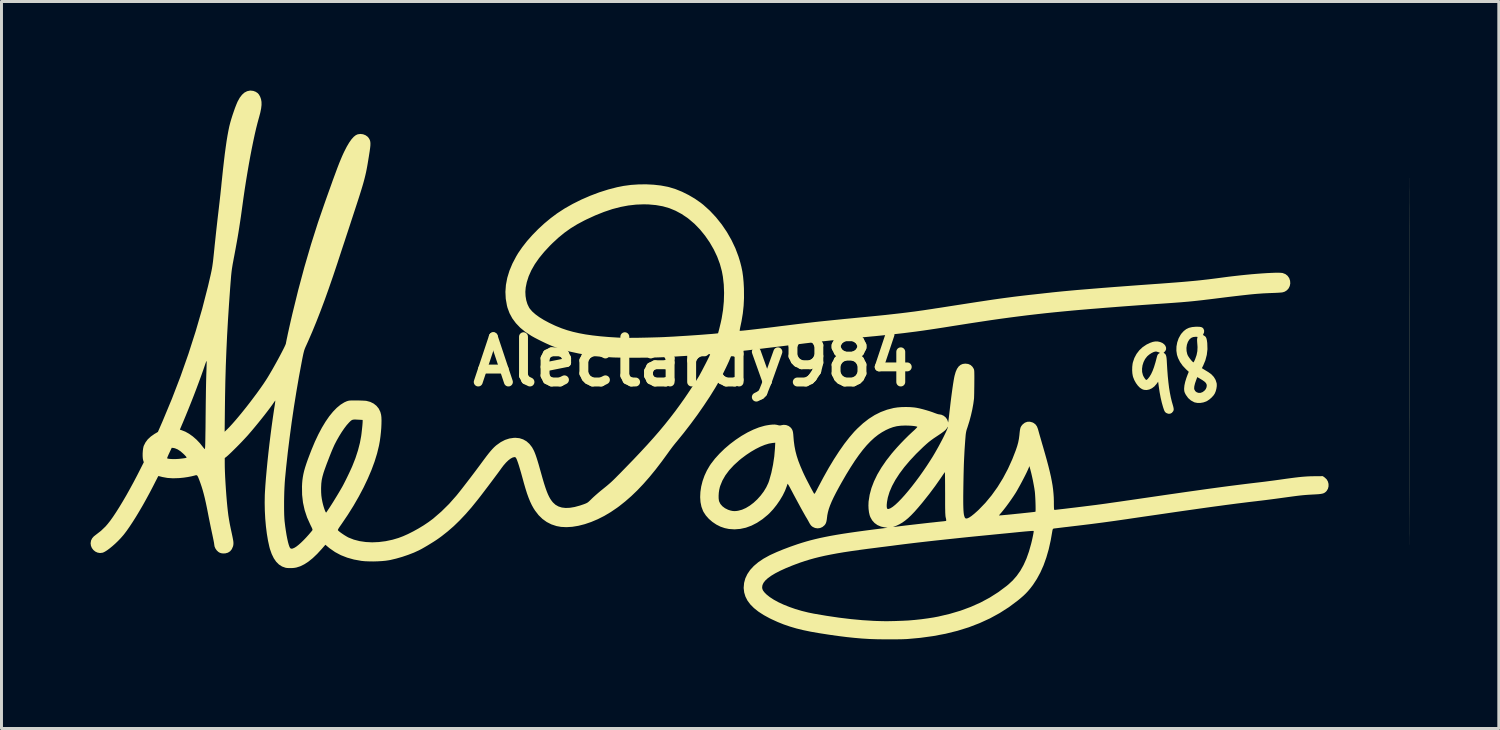
<source format=kicad_pcb>
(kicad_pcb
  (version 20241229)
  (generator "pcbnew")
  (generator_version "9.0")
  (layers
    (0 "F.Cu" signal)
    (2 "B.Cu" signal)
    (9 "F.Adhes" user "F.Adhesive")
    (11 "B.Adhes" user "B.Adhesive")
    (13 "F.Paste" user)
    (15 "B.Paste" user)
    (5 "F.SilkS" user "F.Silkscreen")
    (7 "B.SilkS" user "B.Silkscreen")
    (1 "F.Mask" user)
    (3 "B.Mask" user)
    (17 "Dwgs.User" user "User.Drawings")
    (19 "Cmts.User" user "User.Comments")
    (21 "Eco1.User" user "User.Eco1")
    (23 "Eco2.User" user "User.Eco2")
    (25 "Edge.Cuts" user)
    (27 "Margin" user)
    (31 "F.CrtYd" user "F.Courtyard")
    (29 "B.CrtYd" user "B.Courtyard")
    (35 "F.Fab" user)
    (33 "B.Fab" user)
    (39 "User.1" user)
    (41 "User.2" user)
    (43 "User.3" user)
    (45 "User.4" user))
  (footprint "Alectardy984"
    (layer "F.Cu")
    (at 20.306 9.12)
    (property "Reference" "Alectardy984" (at 0 0 0) (layer "F.SilkS") (effects (font (size 1.524 1.524) (thickness 0.3))))
    (attr board_only exclude_from_pos_files exclude_from_bom)
    (fp_poly (pts (xy 24.097 -6.172) (xy 24.097 -6.138) (xy 24.097 -6.078) (xy 24.097 -5.992) (xy 24.097 -5.88) (xy 24.098 -5.74) (xy 24.098 -5.574) (xy 24.098 -5.38) (xy 24.098 -5.158) (xy 24.098 -5.006) (xy 24.099 -4.564) (xy 24.099 -4.097) (xy 24.099 -3.608) (xy 24.099 -3.099) (xy 24.099 -2.574) (xy 24.1 -2.035) (xy 24.1 -1.486) (xy 24.1 -0.929) (xy 24.1 -0.367) (xy 24.1 0.197) (xy 24.1 0.76) (xy 24.1 1.319) (xy 24.1 1.872) (xy 24.099 2.414) (xy 24.099 2.944) (xy 24.099 3.457) (xy 24.099 3.953) (xy 24.099 4.427) (xy 24.098 4.876) (xy 24.098 5.006) (xy 24.098 5.245) (xy 24.098 5.456) (xy 24.098 5.64) (xy 24.098 5.796) (xy 24.097 5.925) (xy 24.097 6.028) (xy 24.097 6.104) (xy 24.097 6.154) (xy 24.097 6.178) (xy 24.097 6.177) (xy 24.096 6.151) (xy 24.096 6.099) (xy 24.096 6.023) (xy 24.096 5.923) (xy 24.096 5.799) (xy 24.096 5.651) (xy 24.096 5.48) (xy 24.096 5.286) (xy 24.095 5.069) (xy 24.095 4.829) (xy 24.095 4.567) (xy 24.095 4.284) (xy 24.095 3.978) (xy 24.095 3.652) (xy 24.095 3.305) (xy 24.095 2.937) (xy 24.095 2.548) (xy 24.095 2.14) (xy 24.095 1.712) (xy 24.095 1.264) (xy 24.095 0.797) (xy 24.095 0.312) (xy 24.095 0) (xy 24.095 -0.497) (xy 24.095 -0.976) (xy 24.095 -1.435) (xy 24.095 -1.876) (xy 24.095 -2.296) (xy 24.095 -2.697) (xy 24.095 -3.078) (xy 24.095 -3.438) (xy 24.095 -3.778) (xy 24.095 -4.096) (xy 24.095 -4.393) (xy 24.095 -4.669) (xy 24.095 -4.922) (xy 24.095 -5.153) (xy 24.096 -5.362) (xy 24.096 -5.547) (xy 24.096 -5.71) (xy 24.096 -5.849) (xy 24.096 -5.964) (xy 24.096 -6.055) (xy 24.096 -6.122) (xy 24.096 -6.164) (xy 24.097 -6.181)) (stroke (width 0) (type solid)) (fill yes) (layer "F.SilkS"))
    (fp_poly (pts (xy 15.617 -0.674) (xy 15.697 -0.657) (xy 15.774 -0.625) (xy 15.834 -0.58) (xy 15.876 -0.527) (xy 15.898 -0.469) (xy 15.898 -0.411) (xy 15.874 -0.357) (xy 15.85 -0.33) (xy 15.814 -0.295) (xy 15.844 -0.274) (xy 15.871 -0.251) (xy 15.89 -0.22) (xy 15.904 -0.177) (xy 15.914 -0.117) (xy 15.921 -0.036) (xy 15.923 0.007) (xy 15.938 0.261) (xy 15.955 0.491) (xy 15.976 0.697) (xy 15.999 0.884) (xy 16.027 1.054) (xy 16.058 1.21) (xy 16.093 1.354) (xy 16.115 1.429) (xy 16.137 1.507) (xy 16.15 1.564) (xy 16.155 1.606) (xy 16.152 1.638) (xy 16.141 1.666) (xy 16.134 1.679) (xy 16.09 1.73) (xy 16.034 1.757) (xy 15.972 1.759) (xy 15.909 1.734) (xy 15.9 1.729) (xy 15.876 1.71) (xy 15.858 1.689) (xy 15.841 1.659) (xy 15.823 1.613) (xy 15.801 1.548) (xy 15.798 1.539) (xy 15.755 1.388) (xy 15.715 1.216) (xy 15.68 1.028) (xy 15.655 0.858) (xy 15.631 0.679) (xy 15.578 0.753) (xy 15.504 0.838) (xy 15.421 0.901) (xy 15.333 0.942) (xy 15.242 0.96) (xy 15.153 0.953) (xy 15.09 0.93) (xy 15.018 0.883) (xy 14.948 0.812) (xy 14.884 0.725) (xy 14.829 0.626) (xy 14.788 0.522) (xy 14.779 0.49) (xy 14.763 0.399) (xy 14.756 0.291) (xy 14.758 0.242) (xy 15.089 0.242) (xy 15.092 0.352) (xy 15.117 0.452) (xy 15.121 0.463) (xy 15.144 0.511) (xy 15.172 0.557) (xy 15.2 0.595) (xy 15.223 0.617) (xy 15.232 0.621) (xy 15.252 0.611) (xy 15.28 0.588) (xy 15.285 0.582) (xy 15.341 0.512) (xy 15.394 0.424) (xy 15.444 0.317) (xy 15.492 0.188) (xy 15.539 0.035) (xy 15.586 -0.144) (xy 15.586 -0.144) (xy 15.602 -0.2) (xy 15.619 -0.235) (xy 15.641 -0.258) (xy 15.651 -0.265) (xy 15.693 -0.291) (xy 15.636 -0.317) (xy 15.568 -0.336) (xy 15.528 -0.334) (xy 15.471 -0.316) (xy 15.403 -0.282) (xy 15.334 -0.236) (xy 15.271 -0.183) (xy 15.258 -0.169) (xy 15.191 -0.083) (xy 15.14 0.018) (xy 15.105 0.129) (xy 15.089 0.242) (xy 14.758 0.242) (xy 14.759 0.18) (xy 14.771 0.075) (xy 14.781 0.028) (xy 14.83 -0.118) (xy 14.903 -0.255) (xy 14.997 -0.378) (xy 15.11 -0.484) (xy 15.237 -0.569) (xy 15.25 -0.576) (xy 15.359 -0.628) (xy 15.453 -0.661) (xy 15.538 -0.676)) (stroke (width 0) (type solid)) (fill yes) (layer "F.SilkS"))
    (fp_poly (pts (xy 17.018 -1.169) (xy 17.074 -1.161) (xy 17.113 -1.146) (xy 17.142 -1.122) (xy 17.16 -1.097) (xy 17.18 -1.04) (xy 17.176 -0.977) (xy 17.152 -0.923) (xy 17.143 -0.903) (xy 17.149 -0.888) (xy 17.176 -0.871) (xy 17.184 -0.867) (xy 17.216 -0.845) (xy 17.24 -0.815) (xy 17.258 -0.773) (xy 17.272 -0.713) (xy 17.283 -0.632) (xy 17.285 -0.609) (xy 17.291 -0.415) (xy 17.269 -0.224) (xy 17.22 -0.037) (xy 17.146 0.14) (xy 17.103 0.223) (xy 17.17 0.265) (xy 17.219 0.295) (xy 17.278 0.331) (xy 17.323 0.358) (xy 17.424 0.432) (xy 17.506 0.52) (xy 17.565 0.619) (xy 17.599 0.725) (xy 17.604 0.754) (xy 17.605 0.826) (xy 17.593 0.91) (xy 17.571 0.996) (xy 17.54 1.072) (xy 17.538 1.076) (xy 17.494 1.143) (xy 17.43 1.213) (xy 17.356 1.277) (xy 17.278 1.329) (xy 17.248 1.344) (xy 17.154 1.377) (xy 17.052 1.394) (xy 16.953 1.394) (xy 16.864 1.377) (xy 16.844 1.37) (xy 16.735 1.311) (xy 16.642 1.23) (xy 16.567 1.126) (xy 16.549 1.094) (xy 16.525 1.043) (xy 16.512 1) (xy 16.507 0.952) (xy 16.506 0.903) (xy 16.506 0.903) (xy 16.843 0.903) (xy 16.849 0.94) (xy 16.881 0.997) (xy 16.931 1.036) (xy 16.992 1.056) (xy 17.058 1.055) (xy 17.123 1.031) (xy 17.138 1.022) (xy 17.197 0.975) (xy 17.235 0.927) (xy 17.259 0.87) (xy 17.268 0.816) (xy 17.262 0.768) (xy 17.238 0.723) (xy 17.194 0.678) (xy 17.127 0.63) (xy 17.062 0.59) (xy 16.949 0.524) (xy 16.912 0.622) (xy 16.872 0.737) (xy 16.849 0.831) (xy 16.843 0.903) (xy 16.506 0.903) (xy 16.516 0.802) (xy 16.542 0.683) (xy 16.583 0.55) (xy 16.622 0.445) (xy 16.662 0.346) (xy 16.572 0.263) (xy 16.46 0.146) (xy 16.369 0.018) (xy 16.301 -0.117) (xy 16.265 -0.227) (xy 16.245 -0.363) (xy 16.247 -0.459) (xy 16.584 -0.459) (xy 16.588 -0.353) (xy 16.61 -0.252) (xy 16.63 -0.203) (xy 16.653 -0.164) (xy 16.685 -0.117) (xy 16.722 -0.069) (xy 16.759 -0.025) (xy 16.792 0.008) (xy 16.815 0.027) (xy 16.821 0.028) (xy 16.831 0.016) (xy 16.848 -0.016) (xy 16.869 -0.062) (xy 16.876 -0.077) (xy 16.925 -0.217) (xy 16.951 -0.349) (xy 16.957 -0.482) (xy 16.954 -0.536) (xy 16.947 -0.625) (xy 16.943 -0.69) (xy 16.942 -0.737) (xy 16.945 -0.771) (xy 16.951 -0.796) (xy 16.952 -0.801) (xy 16.957 -0.819) (xy 16.95 -0.829) (xy 16.925 -0.832) (xy 16.891 -0.833) (xy 16.808 -0.823) (xy 16.741 -0.794) (xy 16.684 -0.742) (xy 16.681 -0.739) (xy 16.632 -0.659) (xy 16.599 -0.563) (xy 16.584 -0.459) (xy 16.247 -0.459) (xy 16.248 -0.505) (xy 16.274 -0.646) (xy 16.321 -0.781) (xy 16.388 -0.902) (xy 16.416 -0.941) (xy 16.493 -1.026) (xy 16.576 -1.09) (xy 16.668 -1.134) (xy 16.775 -1.16) (xy 16.901 -1.171) (xy 16.94 -1.171)) (stroke (width 0) (type solid)) (fill yes) (layer "F.SilkS"))
    (fp_poly (pts (xy 9.236 0.082) (xy 9.315 0.117) (xy 9.379 0.175) (xy 9.416 0.233) (xy 9.424 0.25) (xy 9.431 0.267) (xy 9.436 0.289) (xy 9.44 0.319) (xy 9.442 0.359) (xy 9.443 0.413) (xy 9.444 0.485) (xy 9.444 0.577) (xy 9.443 0.693) (xy 9.443 0.734) (xy 9.442 0.847) (xy 9.44 0.955) (xy 9.439 1.053) (xy 9.437 1.137) (xy 9.435 1.202) (xy 9.433 1.246) (xy 9.432 1.256) (xy 9.409 1.427) (xy 9.375 1.614) (xy 9.331 1.808) (xy 9.28 2) (xy 9.223 2.182) (xy 9.216 2.205) (xy 9.196 2.264) (xy 9.18 2.313) (xy 9.169 2.36) (xy 9.16 2.41) (xy 9.152 2.469) (xy 9.146 2.543) (xy 9.138 2.638) (xy 9.137 2.649) (xy 9.125 2.819) (xy 9.114 2.98) (xy 9.106 3.138) (xy 9.098 3.296) (xy 9.091 3.459) (xy 9.086 3.634) (xy 9.081 3.825) (xy 9.077 4.036) (xy 9.075 4.156) (xy 9.072 4.358) (xy 9.07 4.534) (xy 9.07 4.686) (xy 9.071 4.816) (xy 9.074 4.925) (xy 9.078 5.016) (xy 9.084 5.09) (xy 9.092 5.15) (xy 9.103 5.197) (xy 9.115 5.234) (xy 9.129 5.262) (xy 9.134 5.269) (xy 9.163 5.286) (xy 9.208 5.28) (xy 9.27 5.252) (xy 9.347 5.201) (xy 9.37 5.182) (xy 10.273 5.182) (xy 10.286 5.182) (xy 10.324 5.179) (xy 10.384 5.174) (xy 10.46 5.167) (xy 10.551 5.159) (xy 10.653 5.149) (xy 10.762 5.138) (xy 10.875 5.126) (xy 10.988 5.115) (xy 11.098 5.103) (xy 11.202 5.092) (xy 11.296 5.082) (xy 11.376 5.073) (xy 11.439 5.066) (xy 11.481 5.06) (xy 11.5 5.057) (xy 11.5 5.057) (xy 11.504 5.039) (xy 11.506 4.997) (xy 11.506 4.937) (xy 11.505 4.863) (xy 11.503 4.779) (xy 11.5 4.69) (xy 11.496 4.602) (xy 11.491 4.517) (xy 11.486 4.442) (xy 11.48 4.381) (xy 11.479 4.374) (xy 11.464 4.27) (xy 11.442 4.147) (xy 11.417 4.014) (xy 11.388 3.878) (xy 11.358 3.749) (xy 11.33 3.641) (xy 11.297 3.521) (xy 11.269 3.591) (xy 11.242 3.653) (xy 11.204 3.735) (xy 11.157 3.83) (xy 11.103 3.935) (xy 11.046 4.044) (xy 10.988 4.152) (xy 10.931 4.254) (xy 10.88 4.346) (xy 10.835 4.421) (xy 10.83 4.429) (xy 10.759 4.538) (xy 10.679 4.655) (xy 10.595 4.773) (xy 10.511 4.887) (xy 10.431 4.99) (xy 10.361 5.076) (xy 10.349 5.089) (xy 10.314 5.13) (xy 10.287 5.162) (xy 10.274 5.18) (xy 10.273 5.182) (xy 9.37 5.182) (xy 9.439 5.127) (xy 9.547 5.031) (xy 9.593 4.988) (xy 9.815 4.758) (xy 10.026 4.503) (xy 10.224 4.227) (xy 10.407 3.93) (xy 10.574 3.615) (xy 10.724 3.284) (xy 10.84 2.985) (xy 10.886 2.848) (xy 10.92 2.725) (xy 10.944 2.603) (xy 10.961 2.473) (xy 10.965 2.428) (xy 10.975 2.339) (xy 10.986 2.272) (xy 11 2.221) (xy 11.021 2.179) (xy 11.05 2.14) (xy 11.075 2.113) (xy 11.145 2.059) (xy 11.225 2.03) (xy 11.31 2.026) (xy 11.398 2.049) (xy 11.441 2.07) (xy 11.503 2.118) (xy 11.551 2.185) (xy 11.586 2.275) (xy 11.592 2.299) (xy 11.602 2.334) (xy 11.618 2.392) (xy 11.64 2.47) (xy 11.667 2.563) (xy 11.697 2.667) (xy 11.729 2.779) (xy 11.754 2.863) (xy 11.824 3.108) (xy 11.886 3.329) (xy 11.939 3.529) (xy 11.984 3.711) (xy 12.022 3.877) (xy 12.052 4.031) (xy 12.077 4.174) (xy 12.095 4.31) (xy 12.108 4.442) (xy 12.117 4.572) (xy 12.121 4.704) (xy 12.121 4.783) (xy 12.122 4.868) (xy 12.124 4.928) (xy 12.127 4.967) (xy 12.132 4.988) (xy 12.139 4.995) (xy 12.14 4.995) (xy 12.161 4.994) (xy 12.207 4.989) (xy 12.274 4.981) (xy 12.36 4.971) (xy 12.461 4.96) (xy 12.574 4.946) (xy 12.697 4.931) (xy 12.826 4.916) (xy 12.957 4.9) (xy 13.088 4.884) (xy 13.215 4.868) (xy 13.336 4.853) (xy 13.447 4.839) (xy 13.545 4.827) (xy 13.61 4.818) (xy 13.687 4.808) (xy 13.789 4.794) (xy 13.912 4.777) (xy 14.054 4.756) (xy 14.21 4.734) (xy 14.379 4.71) (xy 14.556 4.684) (xy 14.738 4.658) (xy 14.923 4.631) (xy 15.085 4.607) (xy 15.505 4.546) (xy 15.9 4.488) (xy 16.269 4.435) (xy 16.615 4.385) (xy 16.938 4.34) (xy 17.242 4.297) (xy 17.526 4.258) (xy 17.793 4.222) (xy 18.043 4.189) (xy 18.28 4.159) (xy 18.502 4.131) (xy 18.714 4.105) (xy 18.915 4.081) (xy 19.001 4.071) (xy 19.103 4.059) (xy 19.226 4.044) (xy 19.362 4.026) (xy 19.503 4.008) (xy 19.641 3.989) (xy 19.763 3.972) (xy 19.945 3.946) (xy 20.103 3.925) (xy 20.241 3.907) (xy 20.361 3.893) (xy 20.468 3.882) (xy 20.566 3.874) (xy 20.658 3.868) (xy 20.747 3.864) (xy 20.837 3.862) (xy 20.899 3.861) (xy 21.174 3.859) (xy 21.239 3.905) (xy 21.303 3.965) (xy 21.345 4.038) (xy 21.367 4.12) (xy 21.367 4.204) (xy 21.346 4.285) (xy 21.302 4.358) (xy 21.277 4.384) (xy 21.245 4.41) (xy 21.209 4.431) (xy 21.164 4.446) (xy 21.106 4.457) (xy 21.031 4.466) (xy 20.933 4.472) (xy 20.884 4.475) (xy 20.788 4.48) (xy 20.699 4.485) (xy 20.614 4.491) (xy 20.529 4.498) (xy 20.44 4.507) (xy 20.342 4.518) (xy 20.232 4.532) (xy 20.105 4.549) (xy 19.957 4.569) (xy 19.833 4.586) (xy 19.696 4.605) (xy 19.547 4.625) (xy 19.394 4.645) (xy 19.246 4.664) (xy 19.108 4.681) (xy 18.988 4.695) (xy 18.958 4.699) (xy 18.803 4.717) (xy 18.643 4.736) (xy 18.477 4.757) (xy 18.304 4.778) (xy 18.121 4.802) (xy 17.928 4.827) (xy 17.724 4.855) (xy 17.506 4.884) (xy 17.274 4.916) (xy 17.025 4.951) (xy 16.759 4.989) (xy 16.475 5.029) (xy 16.17 5.073) (xy 15.843 5.121) (xy 15.493 5.172) (xy 15.118 5.226) (xy 14.717 5.285) (xy 14.584 5.305) (xy 14.173 5.364) (xy 13.773 5.419) (xy 13.373 5.471) (xy 12.962 5.521) (xy 12.7 5.552) (xy 12.577 5.567) (xy 12.461 5.58) (xy 12.357 5.593) (xy 12.267 5.604) (xy 12.195 5.613) (xy 12.143 5.619) (xy 12.115 5.623) (xy 12.112 5.624) (xy 12.09 5.636) (xy 12.078 5.664) (xy 12.072 5.69) (xy 12.015 6.018) (xy 11.947 6.322) (xy 11.866 6.602) (xy 11.774 6.86) (xy 11.668 7.098) (xy 11.549 7.318) (xy 11.417 7.52) (xy 11.33 7.634) (xy 11.255 7.723) (xy 11.179 7.805) (xy 11.095 7.886) (xy 10.998 7.97) (xy 10.907 8.045) (xy 10.61 8.267) (xy 10.298 8.467) (xy 9.969 8.647) (xy 9.622 8.806) (xy 9.259 8.946) (xy 8.876 9.065) (xy 8.476 9.164) (xy 8.056 9.243) (xy 7.616 9.303) (xy 7.197 9.341) (xy 7.114 9.345) (xy 7.008 9.349) (xy 6.884 9.351) (xy 6.747 9.353) (xy 6.601 9.353) (xy 6.453 9.353) (xy 6.306 9.351) (xy 6.165 9.349) (xy 6.037 9.345) (xy 5.925 9.341) (xy 5.905 9.34) (xy 5.661 9.325) (xy 5.407 9.303) (xy 5.139 9.275) (xy 4.855 9.239) (xy 4.552 9.196) (xy 4.224 9.145) (xy 4.212 9.143) (xy 3.937 9.095) (xy 3.686 9.043) (xy 3.453 8.986) (xy 3.236 8.922) (xy 3.028 8.851) (xy 2.826 8.77) (xy 2.624 8.678) (xy 2.554 8.644) (xy 2.35 8.533) (xy 2.173 8.418) (xy 2.024 8.299) (xy 1.902 8.176) (xy 1.806 8.047) (xy 1.738 7.913) (xy 1.696 7.774) (xy 1.679 7.628) (xy 1.679 7.61) (xy 1.68 7.6) (xy 2.3 7.6) (xy 2.307 7.654) (xy 2.329 7.706) (xy 2.369 7.762) (xy 2.431 7.826) (xy 2.446 7.841) (xy 2.556 7.929) (xy 2.691 8.017) (xy 2.848 8.103) (xy 3.023 8.184) (xy 3.215 8.261) (xy 3.418 8.332) (xy 3.632 8.395) (xy 3.851 8.449) (xy 4.036 8.487) (xy 4.465 8.56) (xy 4.884 8.622) (xy 5.289 8.671) (xy 5.677 8.707) (xy 6.045 8.73) (xy 6.138 8.734) (xy 6.248 8.737) (xy 6.348 8.74) (xy 6.443 8.741) (xy 6.54 8.741) (xy 6.642 8.739) (xy 6.757 8.737) (xy 6.89 8.732) (xy 7.034 8.727) (xy 7.23 8.717) (xy 7.44 8.699) (xy 7.656 8.676) (xy 7.87 8.647) (xy 8.071 8.616) (xy 8.234 8.585) (xy 8.619 8.494) (xy 8.983 8.386) (xy 9.326 8.259) (xy 9.651 8.114) (xy 9.957 7.95) (xy 10.247 7.766) (xy 10.521 7.562) (xy 10.585 7.51) (xy 10.736 7.37) (xy 10.872 7.214) (xy 10.994 7.041) (xy 11.102 6.848) (xy 11.198 6.634) (xy 11.282 6.397) (xy 11.356 6.135) (xy 11.357 6.131) (xy 11.378 6.046) (xy 11.397 5.961) (xy 11.414 5.881) (xy 11.428 5.81) (xy 11.438 5.753) (xy 11.442 5.716) (xy 11.442 5.703) (xy 11.427 5.702) (xy 11.388 5.703) (xy 11.327 5.707) (xy 11.248 5.713) (xy 11.155 5.721) (xy 11.05 5.731) (xy 10.986 5.737) (xy 10.857 5.75) (xy 10.708 5.765) (xy 10.546 5.781) (xy 10.38 5.797) (xy 10.216 5.813) (xy 10.064 5.828) (xy 10.005 5.834) (xy 9.667 5.867) (xy 9.333 5.9) (xy 9.004 5.934) (xy 8.684 5.968) (xy 8.374 6.001) (xy 8.077 6.033) (xy 7.795 6.065) (xy 7.531 6.095) (xy 7.288 6.124) (xy 7.067 6.151) (xy 6.871 6.176) (xy 6.83 6.181) (xy 6.763 6.19) (xy 6.674 6.202) (xy 6.568 6.215) (xy 6.451 6.23) (xy 6.328 6.245) (xy 6.204 6.261) (xy 6.167 6.266) (xy 5.851 6.306) (xy 5.561 6.345) (xy 5.295 6.383) (xy 5.051 6.42) (xy 4.825 6.458) (xy 4.616 6.497) (xy 4.421 6.536) (xy 4.239 6.577) (xy 4.067 6.62) (xy 3.902 6.666) (xy 3.743 6.715) (xy 3.586 6.767) (xy 3.431 6.824) (xy 3.32 6.866) (xy 3.1 6.956) (xy 2.908 7.044) (xy 2.743 7.129) (xy 2.605 7.212) (xy 2.493 7.293) (xy 2.407 7.372) (xy 2.346 7.45) (xy 2.311 7.527) (xy 2.3 7.6) (xy 1.68 7.6) (xy 1.693 7.452) (xy 1.734 7.3) (xy 1.803 7.155) (xy 1.898 7.015) (xy 2.02 6.883) (xy 2.169 6.757) (xy 2.343 6.639) (xy 2.544 6.528) (xy 2.589 6.506) (xy 2.789 6.415) (xy 3.01 6.324) (xy 3.249 6.234) (xy 3.484 6.152) (xy 3.63 6.105) (xy 3.777 6.061) (xy 3.927 6.019) (xy 4.083 5.98) (xy 4.245 5.942) (xy 4.417 5.906) (xy 4.601 5.87) (xy 4.798 5.835) (xy 5.011 5.8) (xy 5.242 5.765) (xy 5.493 5.729) (xy 5.766 5.692) (xy 6.064 5.653) (xy 6.322 5.621) (xy 6.526 5.596) (xy 6.432 5.585) (xy 6.361 5.57) (xy 6.713 5.57) (xy 6.721 5.571) (xy 6.75 5.568) (xy 6.752 5.567) (xy 6.786 5.563) (xy 6.841 5.556) (xy 6.911 5.547) (xy 6.991 5.537) (xy 7.034 5.532) (xy 7.113 5.522) (xy 7.21 5.511) (xy 7.321 5.498) (xy 7.444 5.484) (xy 7.573 5.469) (xy 7.705 5.454) (xy 7.836 5.439) (xy 7.962 5.425) (xy 8.079 5.413) (xy 8.183 5.401) (xy 8.269 5.392) (xy 8.335 5.385) (xy 8.37 5.382) (xy 8.424 5.376) (xy 8.466 5.37) (xy 8.491 5.365) (xy 8.492 5.364) (xy 8.498 5.344) (xy 8.492 5.3) (xy 8.483 5.263) (xy 8.478 5.24) (xy 8.473 5.212) (xy 8.47 5.178) (xy 8.467 5.135) (xy 8.464 5.081) (xy 8.463 5.012) (xy 8.461 4.927) (xy 8.46 4.823) (xy 8.46 4.698) (xy 8.46 4.548) (xy 8.46 4.442) (xy 8.459 4.302) (xy 8.459 4.171) (xy 8.458 4.052) (xy 8.457 3.947) (xy 8.456 3.859) (xy 8.455 3.791) (xy 8.453 3.745) (xy 8.451 3.724) (xy 8.451 3.723) (xy 8.44 3.737) (xy 8.417 3.771) (xy 8.383 3.82) (xy 8.342 3.881) (xy 8.304 3.937) (xy 8.128 4.188) (xy 7.931 4.452) (xy 7.712 4.728) (xy 7.685 4.761) (xy 7.551 4.92) (xy 7.43 5.057) (xy 7.318 5.174) (xy 7.214 5.273) (xy 7.114 5.355) (xy 7.017 5.424) (xy 6.92 5.48) (xy 6.821 5.527) (xy 6.77 5.547) (xy 6.729 5.563) (xy 6.713 5.57) (xy 6.361 5.57) (xy 6.301 5.557) (xy 6.184 5.507) (xy 6.084 5.436) (xy 6.003 5.345) (xy 5.942 5.236) (xy 5.919 5.172) (xy 5.897 5.075) (xy 5.883 4.962) (xy 5.878 4.842) (xy 5.879 4.827) (xy 6.494 4.827) (xy 6.495 4.898) (xy 6.505 4.943) (xy 6.525 4.964) (xy 6.538 4.966) (xy 6.569 4.96) (xy 6.611 4.943) (xy 6.628 4.935) (xy 6.701 4.888) (xy 6.786 4.819) (xy 6.882 4.729) (xy 6.987 4.621) (xy 7.1 4.496) (xy 7.218 4.357) (xy 7.341 4.205) (xy 7.467 4.042) (xy 7.594 3.871) (xy 7.72 3.693) (xy 7.844 3.511) (xy 7.964 3.326) (xy 8.047 3.194) (xy 8.108 3.091) (xy 8.171 2.981) (xy 8.235 2.868) (xy 8.296 2.754) (xy 8.355 2.643) (xy 8.409 2.537) (xy 8.456 2.44) (xy 8.496 2.356) (xy 8.526 2.286) (xy 8.545 2.234) (xy 8.551 2.204) (xy 8.546 2.198) (xy 8.535 2.216) (xy 8.532 2.223) (xy 8.514 2.255) (xy 8.489 2.287) (xy 8.452 2.323) (xy 8.401 2.364) (xy 8.333 2.414) (xy 8.246 2.473) (xy 8.177 2.519) (xy 8.075 2.587) (xy 7.989 2.649) (xy 7.91 2.71) (xy 7.831 2.778) (xy 7.742 2.859) (xy 7.721 2.878) (xy 7.484 3.109) (xy 7.272 3.336) (xy 7.084 3.558) (xy 6.922 3.775) (xy 6.785 3.986) (xy 6.674 4.19) (xy 6.589 4.388) (xy 6.531 4.579) (xy 6.503 4.731) (xy 6.494 4.827) (xy 5.879 4.827) (xy 5.883 4.725) (xy 5.885 4.703) (xy 5.92 4.482) (xy 5.98 4.259) (xy 6.066 4.034) (xy 6.177 3.804) (xy 6.315 3.571) (xy 6.479 3.332) (xy 6.67 3.088) (xy 6.736 3.011) (xy 6.846 2.886) (xy 6.969 2.753) (xy 7.098 2.62) (xy 7.226 2.493) (xy 7.346 2.38) (xy 7.379 2.35) (xy 7.433 2.301) (xy 7.477 2.257) (xy 7.509 2.224) (xy 7.524 2.203) (xy 7.525 2.199) (xy 7.5 2.188) (xy 7.451 2.177) (xy 7.384 2.168) (xy 7.302 2.161) (xy 7.212 2.157) (xy 7.118 2.155) (xy 7.112 2.155) (xy 6.963 2.161) (xy 6.831 2.178) (xy 6.706 2.209) (xy 6.58 2.255) (xy 6.467 2.307) (xy 6.335 2.38) (xy 6.205 2.466) (xy 6.077 2.567) (xy 5.949 2.685) (xy 5.82 2.82) (xy 5.69 2.974) (xy 5.557 3.148) (xy 5.42 3.343) (xy 5.279 3.561) (xy 5.131 3.802) (xy 4.977 4.069) (xy 4.889 4.226) (xy 4.791 4.408) (xy 4.709 4.569) (xy 4.641 4.714) (xy 4.587 4.844) (xy 4.545 4.962) (xy 4.515 5.072) (xy 4.494 5.175) (xy 4.487 5.232) (xy 4.476 5.319) (xy 4.464 5.384) (xy 4.449 5.433) (xy 4.43 5.472) (xy 4.403 5.508) (xy 4.398 5.514) (xy 4.33 5.571) (xy 4.252 5.605) (xy 4.167 5.616) (xy 4.083 5.604) (xy 4.004 5.568) (xy 3.96 5.534) (xy 3.931 5.5) (xy 3.9 5.452) (xy 3.882 5.419) (xy 3.851 5.362) (xy 3.815 5.299) (xy 3.794 5.263) (xy 3.772 5.228) (xy 3.74 5.171) (xy 3.698 5.097) (xy 3.648 5.008) (xy 3.593 4.908) (xy 3.535 4.801) (xy 3.475 4.69) (xy 3.415 4.579) (xy 3.357 4.471) (xy 3.304 4.37) (xy 3.266 4.299) (xy 3.231 4.233) (xy 3.2 4.178) (xy 3.176 4.139) (xy 3.161 4.117) (xy 3.157 4.116) (xy 3.15 4.135) (xy 3.137 4.172) (xy 3.126 4.205) (xy 3.069 4.354) (xy 2.991 4.512) (xy 2.896 4.671) (xy 2.788 4.827) (xy 2.671 4.974) (xy 2.548 5.106) (xy 2.493 5.158) (xy 2.312 5.307) (xy 2.128 5.429) (xy 1.941 5.525) (xy 1.752 5.594) (xy 1.561 5.635) (xy 1.371 5.65) (xy 1.182 5.637) (xy 1.041 5.608) (xy 0.897 5.559) (xy 0.757 5.488) (xy 0.625 5.399) (xy 0.506 5.296) (xy 0.405 5.182) (xy 0.326 5.061) (xy 0.31 5.029) (xy 0.257 4.888) (xy 0.225 4.732) (xy 0.214 4.565) (xy 0.216 4.515) (xy 0.835 4.515) (xy 0.836 4.604) (xy 0.845 4.679) (xy 0.853 4.71) (xy 0.895 4.795) (xy 0.962 4.872) (xy 1.049 4.938) (xy 1.153 4.99) (xy 1.229 5.015) (xy 1.298 5.03) (xy 1.361 5.036) (xy 1.432 5.032) (xy 1.494 5.023) (xy 1.622 4.989) (xy 1.753 4.931) (xy 1.884 4.852) (xy 2.013 4.754) (xy 2.136 4.64) (xy 2.249 4.514) (xy 2.352 4.378) (xy 2.439 4.235) (xy 2.508 4.089) (xy 2.537 4.008) (xy 2.61 3.748) (xy 2.667 3.474) (xy 2.709 3.194) (xy 2.732 2.922) (xy 2.742 2.733) (xy 2.651 2.742) (xy 2.528 2.763) (xy 2.39 2.805) (xy 2.241 2.866) (xy 2.085 2.944) (xy 1.925 3.037) (xy 1.764 3.144) (xy 1.605 3.263) (xy 1.531 3.323) (xy 1.347 3.491) (xy 1.19 3.661) (xy 1.062 3.833) (xy 0.962 4.008) (xy 0.89 4.185) (xy 0.875 4.233) (xy 0.855 4.321) (xy 0.841 4.418) (xy 0.835 4.515) (xy 0.216 4.515) (xy 0.222 4.389) (xy 0.249 4.208) (xy 0.295 4.025) (xy 0.359 3.844) (xy 0.44 3.669) (xy 0.538 3.502) (xy 0.578 3.443) (xy 0.714 3.267) (xy 0.869 3.097) (xy 1.039 2.932) (xy 1.221 2.777) (xy 1.411 2.634) (xy 1.607 2.503) (xy 1.805 2.389) (xy 2.002 2.293) (xy 2.194 2.217) (xy 2.378 2.164) (xy 2.434 2.152) (xy 2.551 2.133) (xy 2.647 2.123) (xy 2.725 2.122) (xy 2.791 2.131) (xy 2.816 2.137) (xy 2.87 2.151) (xy 2.91 2.152) (xy 2.939 2.146) (xy 3.023 2.131) (xy 3.11 2.139) (xy 3.191 2.17) (xy 3.25 2.213) (xy 3.29 2.258) (xy 3.318 2.308) (xy 3.337 2.37) (xy 3.348 2.451) (xy 3.351 2.492) (xy 3.366 2.675) (xy 3.389 2.847) (xy 3.421 3.013) (xy 3.464 3.177) (xy 3.519 3.346) (xy 3.588 3.523) (xy 3.671 3.716) (xy 3.718 3.817) (xy 3.748 3.879) (xy 3.786 3.956) (xy 3.83 4.041) (xy 3.877 4.131) (xy 3.923 4.22) (xy 3.967 4.302) (xy 4.005 4.371) (xy 4.034 4.424) (xy 4.045 4.441) (xy 4.052 4.451) (xy 4.06 4.452) (xy 4.071 4.443) (xy 4.087 4.421) (xy 4.109 4.381) (xy 4.141 4.322) (xy 4.181 4.243) (xy 4.363 3.9) (xy 4.542 3.581) (xy 4.72 3.286) (xy 4.895 3.017) (xy 5.066 2.773) (xy 5.235 2.556) (xy 5.399 2.365) (xy 5.503 2.258) (xy 5.696 2.08) (xy 5.89 1.929) (xy 6.088 1.803) (xy 6.292 1.701) (xy 6.504 1.622) (xy 6.727 1.565) (xy 6.738 1.563) (xy 6.859 1.545) (xy 6.997 1.534) (xy 7.144 1.531) (xy 7.29 1.535) (xy 7.425 1.547) (xy 7.5 1.558) (xy 7.597 1.578) (xy 7.709 1.606) (xy 7.827 1.639) (xy 7.942 1.674) (xy 8.044 1.709) (xy 8.112 1.735) (xy 8.167 1.755) (xy 8.216 1.771) (xy 8.25 1.778) (xy 8.253 1.778) (xy 8.333 1.791) (xy 8.41 1.826) (xy 8.475 1.878) (xy 8.524 1.943) (xy 8.543 1.988) (xy 8.562 2.053) (xy 8.57 2.004) (xy 8.574 1.977) (xy 8.58 1.926) (xy 8.589 1.856) (xy 8.599 1.77) (xy 8.61 1.674) (xy 8.622 1.573) (xy 8.643 1.39) (xy 8.665 1.213) (xy 8.687 1.047) (xy 8.708 0.895) (xy 8.728 0.759) (xy 8.747 0.642) (xy 8.764 0.547) (xy 8.778 0.48) (xy 8.815 0.35) (xy 8.86 0.247) (xy 8.914 0.169) (xy 8.978 0.114) (xy 9.053 0.082) (xy 9.139 0.071) (xy 9.141 0.071)) (stroke (width 0) (type solid)) (fill yes) (layer "F.SilkS"))
    (fp_poly (pts (xy -14.83 -9.11) (xy -14.749 -9.08) (xy -14.681 -9.035) (xy -14.643 -8.992) (xy -14.599 -8.916) (xy -14.569 -8.832) (xy -14.553 -8.74) (xy -14.552 -8.635) (xy -14.566 -8.515) (xy -14.594 -8.377) (xy -14.636 -8.217) (xy -14.642 -8.198) (xy -14.686 -8.037) (xy -14.733 -7.851) (xy -14.781 -7.643) (xy -14.83 -7.415) (xy -14.88 -7.17) (xy -14.93 -6.911) (xy -14.979 -6.641) (xy -15.027 -6.361) (xy -15.074 -6.077) (xy -15.119 -5.789) (xy -15.161 -5.501) (xy -15.184 -5.334) (xy -15.216 -5.102) (xy -15.245 -4.892) (xy -15.274 -4.698) (xy -15.302 -4.515) (xy -15.33 -4.338) (xy -15.36 -4.16) (xy -15.393 -3.975) (xy -15.429 -3.778) (xy -15.469 -3.564) (xy -15.487 -3.471) (xy -15.506 -3.367) (xy -15.523 -3.278) (xy -15.536 -3.198) (xy -15.548 -3.123) (xy -15.558 -3.048) (xy -15.567 -2.969) (xy -15.576 -2.881) (xy -15.584 -2.779) (xy -15.594 -2.659) (xy -15.605 -2.516) (xy -15.606 -2.505) (xy -15.646 -1.943) (xy -15.681 -1.404) (xy -15.711 -0.879) (xy -15.735 -0.364) (xy -15.755 0.147) (xy -15.77 0.662) (xy -15.78 1.185) (xy -15.785 1.566) (xy -15.794 2.364) (xy -15.72 2.293) (xy -15.635 2.208) (xy -15.538 2.102) (xy -15.429 1.978) (xy -15.313 1.841) (xy -15.191 1.692) (xy -15.066 1.536) (xy -14.94 1.374) (xy -14.817 1.211) (xy -14.697 1.05) (xy -14.584 0.893) (xy -14.481 0.744) (xy -14.404 0.628) (xy -14.355 0.551) (xy -14.3 0.46) (xy -14.24 0.358) (xy -14.177 0.25) (xy -14.113 0.136) (xy -14.049 0.021) (xy -13.986 -0.094) (xy -13.927 -0.204) (xy -13.873 -0.307) (xy -13.825 -0.4) (xy -13.785 -0.48) (xy -13.755 -0.545) (xy -13.736 -0.591) (xy -13.73 -0.614) (xy -13.727 -0.636) (xy -13.718 -0.681) (xy -13.705 -0.747) (xy -13.687 -0.83) (xy -13.667 -0.928) (xy -13.643 -1.035) (xy -13.618 -1.15) (xy -13.591 -1.269) (xy -13.564 -1.388) (xy -13.537 -1.503) (xy -13.516 -1.595) (xy -13.318 -2.401) (xy -13.108 -3.183) (xy -12.886 -3.943) (xy -12.651 -4.683) (xy -12.44 -5.295) (xy -12.356 -5.533) (xy -12.28 -5.745) (xy -12.212 -5.934) (xy -12.152 -6.103) (xy -12.097 -6.252) (xy -12.048 -6.384) (xy -12.005 -6.501) (xy -11.965 -6.605) (xy -11.929 -6.697) (xy -11.895 -6.779) (xy -11.864 -6.854) (xy -11.834 -6.923) (xy -11.805 -6.988) (xy -11.775 -7.051) (xy -11.767 -7.068) (xy -11.684 -7.231) (xy -11.603 -7.368) (xy -11.525 -7.479) (xy -11.449 -7.564) (xy -11.376 -7.621) (xy -11.312 -7.649) (xy -11.223 -7.661) (xy -11.134 -7.65) (xy -11.051 -7.618) (xy -10.981 -7.568) (xy -10.943 -7.523) (xy -10.918 -7.481) (xy -10.9 -7.439) (xy -10.89 -7.393) (xy -10.886 -7.338) (xy -10.888 -7.269) (xy -10.897 -7.184) (xy -10.912 -7.076) (xy -10.92 -7.026) (xy -10.941 -6.892) (xy -10.961 -6.771) (xy -10.979 -6.661) (xy -10.997 -6.559) (xy -11.015 -6.463) (xy -11.034 -6.37) (xy -11.055 -6.278) (xy -11.078 -6.184) (xy -11.103 -6.087) (xy -11.132 -5.983) (xy -11.165 -5.871) (xy -11.203 -5.747) (xy -11.246 -5.609) (xy -11.295 -5.456) (xy -11.351 -5.284) (xy -11.414 -5.091) (xy -11.485 -4.874) (xy -11.517 -4.777) (xy -11.573 -4.604) (xy -11.633 -4.422) (xy -11.695 -4.235) (xy -11.756 -4.047) (xy -11.817 -3.864) (xy -11.874 -3.691) (xy -11.926 -3.532) (xy -11.972 -3.392) (xy -11.994 -3.323) (xy -12.144 -2.875) (xy -12.29 -2.453) (xy -12.432 -2.056) (xy -12.572 -1.683) (xy -12.709 -1.333) (xy -12.844 -1.004) (xy -12.978 -0.695) (xy -13.04 -0.557) (xy -13.065 -0.503) (xy -13.085 -0.457) (xy -13.102 -0.413) (xy -13.117 -0.368) (xy -13.13 -0.318) (xy -13.145 -0.257) (xy -13.161 -0.182) (xy -13.18 -0.088) (xy -13.202 0.028) (xy -13.292 0.51) (xy -13.378 1.009) (xy -13.46 1.52) (xy -13.536 2.036) (xy -13.605 2.551) (xy -13.668 3.057) (xy -13.722 3.549) (xy -13.761 3.951) (xy -13.771 4.082) (xy -13.779 4.228) (xy -13.786 4.385) (xy -13.79 4.547) (xy -13.793 4.711) (xy -13.793 4.871) (xy -13.792 5.023) (xy -13.789 5.161) (xy -13.783 5.281) (xy -13.776 5.379) (xy -13.774 5.39) (xy -13.755 5.549) (xy -13.733 5.7) (xy -13.71 5.842) (xy -13.685 5.97) (xy -13.66 6.081) (xy -13.635 6.171) (xy -13.611 6.238) (xy -13.608 6.246) (xy -13.585 6.283) (xy -13.557 6.301) (xy -13.52 6.301) (xy -13.468 6.281) (xy -13.431 6.263) (xy -13.373 6.225) (xy -13.301 6.168) (xy -13.22 6.096) (xy -13.133 6.011) (xy -13.044 5.918) (xy -12.956 5.82) (xy -12.872 5.721) (xy -12.843 5.684) (xy -12.837 5.671) (xy -12.837 5.653) (xy -12.846 5.625) (xy -12.865 5.582) (xy -12.895 5.522) (xy -12.909 5.493) (xy -13.018 5.251) (xy -13.1 5.004) (xy -13.156 4.751) (xy -13.186 4.488) (xy -13.189 4.283) (xy -12.547 4.283) (xy -12.545 4.407) (xy -12.538 4.516) (xy -12.524 4.618) (xy -12.503 4.727) (xy -12.486 4.798) (xy -12.467 4.868) (xy -12.446 4.936) (xy -12.425 4.997) (xy -12.405 5.045) (xy -12.388 5.076) (xy -12.377 5.085) (xy -12.375 5.084) (xy -12.364 5.069) (xy -12.341 5.035) (xy -12.308 4.986) (xy -12.268 4.927) (xy -12.253 4.904) (xy -12.204 4.828) (xy -12.145 4.735) (xy -12.08 4.629) (xy -12.012 4.518) (xy -11.946 4.408) (xy -11.885 4.304) (xy -11.836 4.219) (xy -11.801 4.155) (xy -11.758 4.071) (xy -11.709 3.974) (xy -11.658 3.87) (xy -11.607 3.764) (xy -11.56 3.663) (xy -11.519 3.573) (xy -11.496 3.521) (xy -11.39 3.252) (xy -11.305 2.99) (xy -11.24 2.739) (xy -11.198 2.512) (xy -11.187 2.431) (xy -11.177 2.343) (xy -11.167 2.252) (xy -11.158 2.165) (xy -11.152 2.09) (xy -11.148 2.032) (xy -11.148 2.009) (xy -11.148 1.966) (xy -11.313 1.957) (xy -11.39 1.953) (xy -11.445 1.954) (xy -11.487 1.961) (xy -11.521 1.977) (xy -11.556 2.004) (xy -11.598 2.045) (xy -11.611 2.059) (xy -11.687 2.144) (xy -11.769 2.252) (xy -11.854 2.376) (xy -11.938 2.512) (xy -12.019 2.654) (xy -12.094 2.798) (xy -12.113 2.84) (xy -12.143 2.907) (xy -12.181 2.995) (xy -12.223 3.098) (xy -12.268 3.212) (xy -12.313 3.329) (xy -12.358 3.445) (xy -12.398 3.555) (xy -12.433 3.652) (xy -12.459 3.73) (xy -12.465 3.747) (xy -12.501 3.875) (xy -12.526 3.991) (xy -12.54 4.106) (xy -12.546 4.232) (xy -12.547 4.283) (xy -13.189 4.283) (xy -13.19 4.216) (xy -13.19 4.209) (xy -13.185 4.099) (xy -13.176 3.995) (xy -13.162 3.893) (xy -13.143 3.79) (xy -13.118 3.682) (xy -13.085 3.567) (xy -13.044 3.44) (xy -12.994 3.297) (xy -12.933 3.136) (xy -12.866 2.963) (xy -12.755 2.698) (xy -12.639 2.453) (xy -12.52 2.228) (xy -12.398 2.026) (xy -12.274 1.846) (xy -12.147 1.69) (xy -12.02 1.559) (xy -11.893 1.454) (xy -11.766 1.375) (xy -11.688 1.34) (xy -11.656 1.329) (xy -11.625 1.321) (xy -11.59 1.315) (xy -11.545 1.312) (xy -11.485 1.311) (xy -11.405 1.31) (xy -11.352 1.311) (xy -11.264 1.312) (xy -11.18 1.315) (xy -11.106 1.318) (xy -11.049 1.322) (xy -11.021 1.325) (xy -10.892 1.359) (xy -10.779 1.415) (xy -10.683 1.491) (xy -10.607 1.584) (xy -10.553 1.695) (xy -10.527 1.791) (xy -10.517 1.873) (xy -10.513 1.978) (xy -10.515 2.101) (xy -10.521 2.237) (xy -10.533 2.38) (xy -10.549 2.527) (xy -10.569 2.672) (xy -10.594 2.81) (xy -10.599 2.836) (xy -10.662 3.095) (xy -10.746 3.368) (xy -10.851 3.652) (xy -10.976 3.945) (xy -11.119 4.245) (xy -11.28 4.549) (xy -11.456 4.855) (xy -11.647 5.16) (xy -11.852 5.463) (xy -11.866 5.483) (xy -11.915 5.553) (xy -11.949 5.604) (xy -11.97 5.64) (xy -11.98 5.663) (xy -11.98 5.678) (xy -11.977 5.685) (xy -11.946 5.714) (xy -11.898 5.752) (xy -11.836 5.796) (xy -11.769 5.841) (xy -11.702 5.882) (xy -11.641 5.917) (xy -11.62 5.927) (xy -11.444 5.996) (xy -11.251 6.046) (xy -11.045 6.076) (xy -10.827 6.087) (xy -10.602 6.077) (xy -10.373 6.048) (xy -10.142 5.999) (xy -9.943 5.94) (xy -9.789 5.882) (xy -9.62 5.807) (xy -9.444 5.718) (xy -9.267 5.62) (xy -9.094 5.515) (xy -8.932 5.406) (xy -8.786 5.298) (xy -8.77 5.285) (xy -8.497 5.049) (xy -8.238 4.793) (xy -7.993 4.516) (xy -7.94 4.451) (xy -7.874 4.368) (xy -7.796 4.269) (xy -7.711 4.159) (xy -7.62 4.041) (xy -7.527 3.92) (xy -7.435 3.799) (xy -7.346 3.681) (xy -7.264 3.571) (xy -7.19 3.472) (xy -7.164 3.436) (xy -7.064 3.301) (xy -6.978 3.186) (xy -6.903 3.09) (xy -6.837 3.01) (xy -6.778 2.944) (xy -6.724 2.888) (xy -6.673 2.841) (xy -6.64 2.814) (xy -6.498 2.713) (xy -6.355 2.639) (xy -6.211 2.592) (xy -6.062 2.57) (xy -6.004 2.568) (xy -5.87 2.581) (xy -5.746 2.621) (xy -5.633 2.685) (xy -5.533 2.774) (xy -5.446 2.886) (xy -5.392 2.984) (xy -5.367 3.038) (xy -5.342 3.1) (xy -5.316 3.17) (xy -5.288 3.254) (xy -5.257 3.353) (xy -5.222 3.47) (xy -5.183 3.609) (xy -5.138 3.768) (xy -5.086 3.953) (xy -5.038 4.114) (xy -4.993 4.252) (xy -4.951 4.37) (xy -4.91 4.471) (xy -4.869 4.556) (xy -4.828 4.629) (xy -4.784 4.692) (xy -4.743 4.743) (xy -4.657 4.822) (xy -4.557 4.879) (xy -4.444 4.915) (xy -4.315 4.93) (xy -4.171 4.924) (xy -4.01 4.897) (xy -3.831 4.848) (xy -3.707 4.806) (xy -3.654 4.786) (xy -3.613 4.768) (xy -3.577 4.748) (xy -3.542 4.721) (xy -3.5 4.682) (xy -3.445 4.629) (xy -3.436 4.619) (xy -3.376 4.562) (xy -3.301 4.495) (xy -3.218 4.423) (xy -3.135 4.353) (xy -3.083 4.311) (xy -3.014 4.255) (xy -2.953 4.206) (xy -2.899 4.161) (xy -2.849 4.118) (xy -2.8 4.075) (xy -2.749 4.028) (xy -2.694 3.975) (xy -2.632 3.914) (xy -2.561 3.842) (xy -2.476 3.757) (xy -2.377 3.655) (xy -2.302 3.578) (xy -2.037 3.305) (xy -1.793 3.047) (xy -1.566 2.802) (xy -1.355 2.567) (xy -1.157 2.339) (xy -0.971 2.115) (xy -0.795 1.894) (xy -0.625 1.673) (xy -0.461 1.449) (xy -0.299 1.22) (xy -0.139 0.983) (xy -0.082 0.896) (xy -0.025 0.809) (xy 0.031 0.722) (xy 0.084 0.639) (xy 0.129 0.567) (xy 0.163 0.512) (xy 0.17 0.501) (xy 0.195 0.457) (xy 0.227 0.397) (xy 0.266 0.325) (xy 0.308 0.245) (xy 0.352 0.16) (xy 0.397 0.074) (xy 0.439 -0.009) (xy 0.477 -0.085) (xy 0.509 -0.15) (xy 0.533 -0.201) (xy 0.547 -0.233) (xy 0.55 -0.242) (xy 0.539 -0.249) (xy 0.519 -0.247) (xy 0.496 -0.245) (xy 0.448 -0.24) (xy 0.378 -0.234) (xy 0.289 -0.228) (xy 0.184 -0.22) (xy 0.066 -0.212) (xy -0.062 -0.203) (xy -0.196 -0.194) (xy -0.334 -0.185) (xy -0.472 -0.177) (xy -0.608 -0.168) (xy -0.739 -0.16) (xy -0.861 -0.153) (xy -0.953 -0.148) (xy -1.077 -0.143) (xy -1.221 -0.138) (xy -1.379 -0.134) (xy -1.549 -0.131) (xy -1.725 -0.129) (xy -1.903 -0.128) (xy -2.08 -0.127) (xy -2.25 -0.128) (xy -2.409 -0.13) (xy -2.554 -0.133) (xy -2.68 -0.136) (xy -2.782 -0.141) (xy -2.794 -0.142) (xy -3.176 -0.172) (xy -3.533 -0.214) (xy -3.865 -0.268) (xy -4.174 -0.335) (xy -4.461 -0.413) (xy -4.726 -0.504) (xy -4.77 -0.521) (xy -4.871 -0.564) (xy -4.988 -0.617) (xy -5.113 -0.677) (xy -5.237 -0.739) (xy -5.353 -0.799) (xy -5.453 -0.855) (xy -5.475 -0.868) (xy -5.673 -0.998) (xy -5.845 -1.139) (xy -5.99 -1.291) (xy -6.11 -1.453) (xy -6.204 -1.627) (xy -6.272 -1.811) (xy -6.291 -1.885) (xy -6.331 -2.114) (xy -6.342 -2.345) (xy -6.342 -2.347) (xy -5.671 -2.347) (xy -5.664 -2.203) (xy -5.641 -2.063) (xy -5.602 -1.934) (xy -5.548 -1.822) (xy -5.52 -1.778) (xy -5.44 -1.685) (xy -5.333 -1.59) (xy -5.202 -1.494) (xy -5.047 -1.398) (xy -4.87 -1.303) (xy -4.673 -1.209) (xy -4.614 -1.184) (xy -4.442 -1.115) (xy -4.262 -1.054) (xy -4.07 -1) (xy -3.864 -0.953) (xy -3.644 -0.912) (xy -3.405 -0.878) (xy -3.146 -0.849) (xy -2.865 -0.825) (xy -2.559 -0.806) (xy -2.413 -0.799) (xy -2.348 -0.797) (xy -2.258 -0.796) (xy -2.148 -0.797) (xy -2.022 -0.798) (xy -1.884 -0.799) (xy -1.737 -0.802) (xy -1.586 -0.805) (xy -1.435 -0.809) (xy -1.288 -0.813) (xy -1.149 -0.817) (xy -1.021 -0.822) (xy -0.924 -0.827) (xy -0.803 -0.833) (xy -0.671 -0.84) (xy -0.531 -0.849) (xy -0.385 -0.858) (xy -0.237 -0.867) (xy -0.088 -0.877) (xy 0.059 -0.887) (xy 0.2 -0.897) (xy 0.333 -0.907) (xy 0.455 -0.917) (xy 0.564 -0.925) (xy 0.657 -0.933) (xy 0.73 -0.94) (xy 0.783 -0.946) (xy 0.811 -0.95) (xy 0.815 -0.951) (xy 0.821 -0.967) (xy 0.832 -1.006) (xy 0.847 -1.062) (xy 0.864 -1.13) (xy 0.882 -1.205) (xy 0.901 -1.283) (xy 0.918 -1.358) (xy 0.932 -1.425) (xy 0.938 -1.453) (xy 0.984 -1.737) (xy 1.011 -2.023) (xy 1.019 -2.309) (xy 1.009 -2.588) (xy 0.979 -2.855) (xy 0.945 -3.039) (xy 0.878 -3.286) (xy 0.786 -3.533) (xy 0.67 -3.776) (xy 0.534 -4.011) (xy 0.379 -4.235) (xy 0.209 -4.444) (xy 0.025 -4.634) (xy -0.171 -4.801) (xy -0.216 -4.836) (xy -0.414 -4.968) (xy -0.615 -5.076) (xy -0.823 -5.162) (xy -1.042 -5.225) (xy -1.274 -5.266) (xy -1.522 -5.288) (xy -1.685 -5.292) (xy -1.945 -5.282) (xy -2.207 -5.252) (xy -2.472 -5.202) (xy -2.743 -5.131) (xy -3.022 -5.037) (xy -3.311 -4.922) (xy -3.613 -4.783) (xy -3.688 -4.746) (xy -3.924 -4.62) (xy -4.143 -4.486) (xy -4.35 -4.339) (xy -4.551 -4.175) (xy -4.752 -3.99) (xy -4.843 -3.9) (xy -5.04 -3.688) (xy -5.21 -3.48) (xy -5.353 -3.275) (xy -5.469 -3.072) (xy -5.559 -2.87) (xy -5.623 -2.669) (xy -5.659 -2.491) (xy -5.671 -2.347) (xy -6.342 -2.347) (xy -6.325 -2.579) (xy -6.28 -2.816) (xy -6.207 -3.055) (xy -6.106 -3.297) (xy -5.977 -3.542) (xy -5.913 -3.649) (xy -5.775 -3.849) (xy -5.615 -4.054) (xy -5.435 -4.257) (xy -5.239 -4.457) (xy -5.032 -4.648) (xy -4.816 -4.827) (xy -4.603 -4.986) (xy -4.35 -5.151) (xy -4.076 -5.306) (xy -3.787 -5.45) (xy -3.488 -5.58) (xy -3.184 -5.695) (xy -2.88 -5.791) (xy -2.583 -5.868) (xy -2.361 -5.912) (xy -2.114 -5.945) (xy -1.859 -5.962) (xy -1.603 -5.965) (xy -1.351 -5.952) (xy -1.11 -5.925) (xy -0.886 -5.883) (xy -0.831 -5.87) (xy -0.616 -5.804) (xy -0.396 -5.715) (xy -0.177 -5.606) (xy 0.035 -5.482) (xy 0.233 -5.344) (xy 0.318 -5.277) (xy 0.539 -5.078) (xy 0.746 -4.857) (xy 0.939 -4.616) (xy 1.113 -4.36) (xy 1.267 -4.091) (xy 1.399 -3.813) (xy 1.504 -3.535) (xy 1.558 -3.359) (xy 1.601 -3.192) (xy 1.635 -3.027) (xy 1.659 -2.856) (xy 1.676 -2.672) (xy 1.687 -2.469) (xy 1.688 -2.413) (xy 1.69 -2.137) (xy 1.677 -1.876) (xy 1.65 -1.621) (xy 1.607 -1.362) (xy 1.579 -1.229) (xy 1.564 -1.16) (xy 1.553 -1.101) (xy 1.546 -1.058) (xy 1.543 -1.036) (xy 1.544 -1.034) (xy 1.56 -1.033) (xy 1.602 -1.036) (xy 1.669 -1.042) (xy 1.758 -1.051) (xy 1.868 -1.063) (xy 1.998 -1.078) (xy 2.144 -1.095) (xy 2.306 -1.114) (xy 2.481 -1.135) (xy 2.669 -1.158) (xy 2.716 -1.164) (xy 2.935 -1.192) (xy 3.134 -1.216) (xy 3.318 -1.239) (xy 3.488 -1.26) (xy 3.648 -1.279) (xy 3.8 -1.297) (xy 3.948 -1.314) (xy 4.094 -1.331) (xy 4.241 -1.347) (xy 4.392 -1.363) (xy 4.55 -1.379) (xy 4.717 -1.396) (xy 4.896 -1.414) (xy 5.091 -1.434) (xy 5.304 -1.454) (xy 5.537 -1.477) (xy 5.794 -1.502) (xy 5.948 -1.517) (xy 6.202 -1.542) (xy 6.458 -1.568) (xy 6.708 -1.596) (xy 6.948 -1.623) (xy 7.171 -1.65) (xy 7.373 -1.676) (xy 7.408 -1.68) (xy 7.48 -1.69) (xy 7.552 -1.7) (xy 7.627 -1.711) (xy 7.707 -1.722) (xy 7.795 -1.735) (xy 7.893 -1.75) (xy 8.003 -1.766) (xy 8.128 -1.786) (xy 8.27 -1.807) (xy 8.431 -1.832) (xy 8.614 -1.861) (xy 8.821 -1.893) (xy 8.989 -1.919) (xy 9.26 -1.961) (xy 9.505 -1.999) (xy 9.73 -2.033) (xy 9.935 -2.064) (xy 10.125 -2.092) (xy 10.302 -2.117) (xy 10.47 -2.14) (xy 10.631 -2.161) (xy 10.789 -2.182) (xy 10.946 -2.201) (xy 11.106 -2.22) (xy 11.272 -2.239) (xy 11.437 -2.257) (xy 11.562 -2.271) (xy 11.683 -2.284) (xy 11.796 -2.297) (xy 11.897 -2.308) (xy 11.983 -2.317) (xy 12.048 -2.325) (xy 12.086 -2.329) (xy 12.252 -2.346) (xy 12.443 -2.365) (xy 12.658 -2.385) (xy 12.899 -2.407) (xy 13.166 -2.429) (xy 13.458 -2.453) (xy 13.778 -2.479) (xy 14.123 -2.506) (xy 14.496 -2.534) (xy 14.897 -2.564) (xy 15.325 -2.595) (xy 15.452 -2.604) (xy 15.705 -2.622) (xy 15.933 -2.639) (xy 16.138 -2.655) (xy 16.324 -2.669) (xy 16.494 -2.683) (xy 16.65 -2.697) (xy 16.795 -2.71) (xy 16.932 -2.723) (xy 17.065 -2.737) (xy 17.195 -2.752) (xy 17.327 -2.767) (xy 17.462 -2.784) (xy 17.604 -2.802) (xy 17.755 -2.822) (xy 17.808 -2.829) (xy 18.003 -2.855) (xy 18.199 -2.878) (xy 18.396 -2.9) (xy 18.59 -2.92) (xy 18.778 -2.938) (xy 18.96 -2.953) (xy 19.131 -2.966) (xy 19.289 -2.976) (xy 19.433 -2.983) (xy 19.56 -2.988) (xy 19.666 -2.989) (xy 19.751 -2.987) (xy 19.81 -2.981) (xy 19.824 -2.978) (xy 19.915 -2.943) (xy 19.988 -2.886) (xy 20.042 -2.809) (xy 20.043 -2.807) (xy 20.073 -2.718) (xy 20.079 -2.628) (xy 20.062 -2.542) (xy 20.025 -2.465) (xy 19.968 -2.4) (xy 19.895 -2.353) (xy 19.829 -2.331) (xy 19.794 -2.325) (xy 19.736 -2.32) (xy 19.661 -2.315) (xy 19.577 -2.311) (xy 19.5 -2.308) (xy 19.388 -2.304) (xy 19.279 -2.299) (xy 19.171 -2.294) (xy 19.062 -2.286) (xy 18.948 -2.278) (xy 18.827 -2.267) (xy 18.695 -2.254) (xy 18.55 -2.238) (xy 18.389 -2.22) (xy 18.209 -2.199) (xy 18.007 -2.175) (xy 17.78 -2.147) (xy 17.766 -2.145) (xy 17.574 -2.121) (xy 17.404 -2.1) (xy 17.252 -2.082) (xy 17.114 -2.065) (xy 16.987 -2.051) (xy 16.868 -2.038) (xy 16.752 -2.026) (xy 16.636 -2.015) (xy 16.518 -2.005) (xy 16.392 -1.994) (xy 16.256 -1.984) (xy 16.107 -1.973) (xy 15.94 -1.961) (xy 15.751 -1.948) (xy 15.539 -1.934) (xy 15.529 -1.933) (xy 15.316 -1.918) (xy 15.088 -1.902) (xy 14.847 -1.884) (xy 14.598 -1.866) (xy 14.346 -1.847) (xy 14.094 -1.827) (xy 13.846 -1.808) (xy 13.606 -1.788) (xy 13.378 -1.77) (xy 13.167 -1.752) (xy 12.975 -1.736) (xy 12.808 -1.721) (xy 12.806 -1.721) (xy 12.475 -1.69) (xy 12.156 -1.659) (xy 11.847 -1.627) (xy 11.543 -1.593) (xy 11.241 -1.558) (xy 10.938 -1.52) (xy 10.63 -1.48) (xy 10.313 -1.437) (xy 9.985 -1.39) (xy 9.641 -1.338) (xy 9.278 -1.283) (xy 8.893 -1.222) (xy 8.707 -1.193) (xy 8.426 -1.148) (xy 8.168 -1.108) (xy 7.928 -1.072) (xy 7.702 -1.039) (xy 7.484 -1.009) (xy 7.27 -0.982) (xy 7.055 -0.955) (xy 6.834 -0.93) (xy 6.602 -0.905) (xy 6.355 -0.88) (xy 6.088 -0.853) (xy 6.018 -0.847) (xy 5.758 -0.822) (xy 5.523 -0.799) (xy 5.311 -0.778) (xy 5.119 -0.76) (xy 4.944 -0.742) (xy 4.785 -0.726) (xy 4.638 -0.711) (xy 4.5 -0.697) (xy 4.37 -0.683) (xy 4.244 -0.669) (xy 4.12 -0.655) (xy 3.996 -0.641) (xy 3.868 -0.626) (xy 3.733 -0.61) (xy 3.591 -0.592) (xy 3.478 -0.579) (xy 3.225 -0.548) (xy 2.998 -0.52) (xy 2.794 -0.495) (xy 2.613 -0.473) (xy 2.452 -0.454) (xy 2.309 -0.436) (xy 2.183 -0.421) (xy 2.071 -0.408) (xy 1.971 -0.396) (xy 1.882 -0.386) (xy 1.802 -0.376) (xy 1.727 -0.368) (xy 1.658 -0.36) (xy 1.651 -0.359) (xy 1.557 -0.349) (xy 1.473 -0.338) (xy 1.402 -0.329) (xy 1.349 -0.321) (xy 1.318 -0.315) (xy 1.31 -0.313) (xy 1.302 -0.297) (xy 1.286 -0.26) (xy 1.264 -0.206) (xy 1.237 -0.141) (xy 1.227 -0.116) (xy 1.184 -0.012) (xy 1.128 0.11) (xy 1.064 0.244) (xy 0.994 0.386) (xy 0.921 0.528) (xy 0.848 0.665) (xy 0.777 0.791) (xy 0.724 0.882) (xy 0.539 1.18) (xy 0.335 1.487) (xy 0.118 1.799) (xy -0.11 2.108) (xy -0.342 2.408) (xy -0.574 2.694) (xy -0.601 2.725) (xy -0.651 2.787) (xy -0.711 2.863) (xy -0.774 2.947) (xy -0.834 3.028) (xy -0.854 3.057) (xy -1.074 3.359) (xy -1.286 3.636) (xy -1.494 3.89) (xy -1.699 4.123) (xy -1.901 4.336) (xy -2.104 4.531) (xy -2.309 4.71) (xy -2.517 4.875) (xy -2.581 4.922) (xy -2.796 5.068) (xy -3.015 5.198) (xy -3.235 5.309) (xy -3.455 5.402) (xy -3.673 5.476) (xy -3.885 5.53) (xy -4.091 5.564) (xy -4.286 5.576) (xy -4.47 5.567) (xy -4.623 5.539) (xy -4.795 5.482) (xy -4.952 5.402) (xy -5.095 5.299) (xy -5.226 5.171) (xy -5.344 5.018) (xy -5.393 4.942) (xy -5.452 4.837) (xy -5.507 4.721) (xy -5.561 4.59) (xy -5.615 4.441) (xy -5.668 4.272) (xy -5.724 4.079) (xy -5.743 4.008) (xy -5.781 3.87) (xy -5.818 3.737) (xy -5.854 3.615) (xy -5.887 3.505) (xy -5.917 3.413) (xy -5.943 3.34) (xy -5.962 3.291) (xy -5.984 3.248) (xy -6.002 3.226) (xy -6.023 3.218) (xy -6.034 3.217) (xy -6.095 3.23) (xy -6.164 3.266) (xy -6.241 3.324) (xy -6.322 3.402) (xy -6.405 3.497) (xy -6.47 3.583) (xy -6.521 3.654) (xy -6.586 3.743) (xy -6.663 3.846) (xy -6.747 3.959) (xy -6.836 4.078) (xy -6.927 4.199) (xy -7.017 4.317) (xy -7.102 4.429) (xy -7.18 4.531) (xy -7.247 4.617) (xy -7.284 4.664) (xy -7.489 4.917) (xy -7.689 5.145) (xy -7.886 5.353) (xy -8.082 5.543) (xy -8.282 5.717) (xy -8.487 5.879) (xy -8.587 5.952) (xy -8.662 6.004) (xy -8.754 6.064) (xy -8.857 6.128) (xy -8.963 6.193) (xy -9.066 6.253) (xy -9.16 6.307) (xy -9.239 6.348) (xy -9.25 6.354) (xy -9.422 6.433) (xy -9.614 6.507) (xy -9.816 6.576) (xy -10.019 6.634) (xy -10.216 6.681) (xy -10.266 6.69) (xy -10.374 6.706) (xy -10.502 6.718) (xy -10.644 6.726) (xy -10.79 6.73) (xy -10.933 6.728) (xy -11.066 6.723) (xy -11.181 6.712) (xy -11.19 6.711) (xy -11.44 6.666) (xy -11.669 6.602) (xy -11.881 6.519) (xy -12.076 6.415) (xy -12.256 6.29) (xy -12.31 6.246) (xy -12.402 6.168) (xy -12.521 6.305) (xy -12.677 6.475) (xy -12.827 6.618) (xy -12.972 6.735) (xy -13.112 6.826) (xy -13.248 6.893) (xy -13.38 6.935) (xy -13.452 6.947) (xy -13.537 6.954) (xy -13.624 6.954) (xy -13.703 6.949) (xy -13.748 6.941) (xy -13.862 6.9) (xy -13.966 6.833) (xy -14.059 6.74) (xy -14.14 6.622) (xy -14.21 6.478) (xy -14.269 6.31) (xy -14.288 6.239) (xy -14.334 6.029) (xy -14.373 5.797) (xy -14.404 5.548) (xy -14.427 5.288) (xy -14.441 5.022) (xy -14.446 4.757) (xy -14.442 4.496) (xy -14.437 4.396) (xy -14.423 4.173) (xy -14.404 3.927) (xy -14.38 3.661) (xy -14.353 3.38) (xy -14.322 3.088) (xy -14.288 2.79) (xy -14.251 2.488) (xy -14.212 2.188) (xy -14.171 1.894) (xy -14.129 1.61) (xy -14.118 1.539) (xy -14.106 1.464) (xy -14.097 1.4) (xy -14.091 1.351) (xy -14.088 1.322) (xy -14.088 1.316) (xy -14.098 1.324) (xy -14.117 1.349) (xy -14.128 1.365) (xy -14.188 1.452) (xy -14.263 1.556) (xy -14.352 1.673) (xy -14.451 1.801) (xy -14.556 1.934) (xy -14.666 2.07) (xy -14.777 2.205) (xy -14.886 2.335) (xy -14.991 2.457) (xy -15.008 2.477) (xy -15.069 2.544) (xy -15.141 2.621) (xy -15.22 2.705) (xy -15.304 2.792) (xy -15.39 2.879) (xy -15.474 2.962) (xy -15.552 3.039) (xy -15.623 3.107) (xy -15.681 3.161) (xy -15.725 3.199) (xy -15.737 3.209) (xy -15.79 3.249) (xy -15.79 3.414) (xy -15.789 3.553) (xy -15.784 3.716) (xy -15.776 3.897) (xy -15.765 4.091) (xy -15.752 4.294) (xy -15.737 4.5) (xy -15.72 4.705) (xy -15.704 4.875) (xy -15.687 5.032) (xy -15.669 5.179) (xy -15.646 5.324) (xy -15.619 5.476) (xy -15.585 5.641) (xy -15.555 5.779) (xy -15.532 5.888) (xy -15.515 5.974) (xy -15.503 6.042) (xy -15.498 6.096) (xy -15.498 6.14) (xy -15.502 6.18) (xy -15.511 6.219) (xy -15.514 6.228) (xy -15.553 6.318) (xy -15.61 6.388) (xy -15.684 6.435) (xy -15.774 6.459) (xy -15.85 6.461) (xy -15.91 6.453) (xy -15.958 6.437) (xy -16.004 6.41) (xy -16.058 6.36) (xy -16.103 6.297) (xy -16.133 6.228) (xy -16.143 6.169) (xy -16.146 6.142) (xy -16.154 6.091) (xy -16.167 6.023) (xy -16.184 5.941) (xy -16.203 5.849) (xy -16.213 5.802) (xy -16.238 5.686) (xy -16.266 5.553) (xy -16.294 5.414) (xy -16.322 5.277) (xy -16.346 5.155) (xy -16.348 5.144) (xy -16.388 4.939) (xy -16.426 4.758) (xy -16.462 4.598) (xy -16.498 4.455) (xy -16.534 4.324) (xy -16.572 4.202) (xy -16.612 4.085) (xy -16.647 3.99) (xy -16.675 3.919) (xy -16.697 3.87) (xy -16.716 3.841) (xy -16.736 3.828) (xy -16.76 3.827) (xy -16.793 3.835) (xy -16.806 3.839) (xy -16.912 3.865) (xy -17.037 3.889) (xy -17.173 3.909) (xy -17.312 3.923) (xy -17.325 3.924) (xy -17.532 3.931) (xy -17.719 3.919) (xy -17.89 3.888) (xy -17.921 3.88) (xy -17.97 3.867) (xy -18.008 3.858) (xy -18.026 3.855) (xy -18.026 3.855) (xy -18.033 3.868) (xy -18.052 3.903) (xy -18.079 3.957) (xy -18.115 4.026) (xy -18.156 4.107) (xy -18.202 4.197) (xy -18.206 4.205) (xy -18.319 4.421) (xy -18.434 4.633) (xy -18.55 4.841) (xy -18.666 5.039) (xy -18.779 5.227) (xy -18.889 5.401) (xy -18.993 5.558) (xy -19.089 5.696) (xy -19.177 5.812) (xy -19.209 5.851) (xy -19.293 5.947) (xy -19.384 6.042) (xy -19.479 6.133) (xy -19.574 6.217) (xy -19.666 6.292) (xy -19.751 6.355) (xy -19.826 6.402) (xy -19.888 6.432) (xy -19.903 6.436) (xy -19.99 6.447) (xy -20.074 6.432) (xy -20.149 6.397) (xy -20.213 6.344) (xy -20.263 6.278) (xy -20.295 6.201) (xy -20.306 6.117) (xy -20.292 6.03) (xy -20.29 6.024) (xy -20.255 5.953) (xy -20.199 5.888) (xy -20.121 5.827) (xy -19.957 5.7) (xy -19.803 5.552) (xy -19.732 5.47) (xy -19.646 5.361) (xy -19.551 5.228) (xy -19.448 5.073) (xy -19.338 4.899) (xy -19.223 4.709) (xy -19.103 4.504) (xy -18.982 4.287) (xy -18.859 4.061) (xy -18.736 3.827) (xy -18.662 3.682) (xy -18.515 3.391) (xy -18.537 3.322) (xy -18.548 3.262) (xy -18.549 3.256) (xy -17.731 3.256) (xy -17.73 3.258) (xy -17.705 3.269) (xy -17.656 3.277) (xy -17.59 3.282) (xy -17.512 3.285) (xy -17.428 3.283) (xy -17.342 3.278) (xy -17.293 3.273) (xy -17.208 3.263) (xy -17.147 3.255) (xy -17.107 3.247) (xy -17.085 3.239) (xy -17.075 3.231) (xy -17.074 3.227) (xy -17.084 3.211) (xy -17.11 3.181) (xy -17.148 3.14) (xy -17.184 3.105) (xy -17.28 3.021) (xy -17.375 2.959) (xy -17.466 2.921) (xy -17.519 2.91) (xy -17.575 2.904) (xy -17.656 3.077) (xy -17.686 3.141) (xy -17.709 3.195) (xy -17.725 3.235) (xy -17.731 3.256) (xy -18.549 3.256) (xy -18.554 3.183) (xy -18.554 3.094) (xy -18.548 3.004) (xy -18.537 2.921) (xy -18.522 2.854) (xy -18.517 2.839) (xy -18.459 2.724) (xy -18.381 2.619) (xy -18.278 2.524) (xy -18.151 2.435) (xy -18.129 2.423) (xy -18.04 2.37) (xy -18.006 2.292) (xy -17.3 2.292) (xy -17.288 2.298) (xy -17.257 2.308) (xy -17.24 2.313) (xy -17.118 2.361) (xy -16.991 2.432) (xy -16.864 2.523) (xy -16.741 2.63) (xy -16.627 2.75) (xy -16.538 2.862) (xy -16.506 2.903) (xy -16.478 2.934) (xy -16.461 2.948) (xy -16.459 2.949) (xy -16.456 2.939) (xy -16.453 2.909) (xy -16.45 2.859) (xy -16.447 2.786) (xy -16.445 2.69) (xy -16.443 2.57) (xy -16.441 2.426) (xy -16.438 2.256) (xy -16.436 2.059) (xy -16.435 1.909) (xy -16.433 1.725) (xy -16.431 1.54) (xy -16.429 1.355) (xy -16.426 1.176) (xy -16.424 1.004) (xy -16.421 0.845) (xy -16.418 0.701) (xy -16.415 0.577) (xy -16.412 0.475) (xy -16.411 0.433) (xy -16.407 0.325) (xy -16.404 0.225) (xy -16.402 0.138) (xy -16.4 0.067) (xy -16.4 0.015) (xy -16.4 -0.014) (xy -16.401 -0.018) (xy -16.407 -0.013) (xy -16.42 0.015) (xy -16.437 0.06) (xy -16.453 0.106) (xy -16.513 0.282) (xy -16.583 0.479) (xy -16.661 0.692) (xy -16.745 0.917) (xy -16.834 1.15) (xy -16.926 1.384) (xy -17.019 1.616) (xy -17.111 1.841) (xy -17.2 2.055) (xy -17.229 2.121) (xy -17.255 2.184) (xy -17.278 2.237) (xy -17.293 2.274) (xy -17.3 2.292) (xy -17.3 2.292) (xy -18.006 2.292) (xy -17.881 2.005) (xy -17.571 1.26) (xy -17.281 0.506) (xy -17.014 -0.253) (xy -16.77 -1.015) (xy -16.549 -1.776) (xy -16.354 -2.534) (xy -16.264 -2.921) (xy -16.247 -3) (xy -16.232 -3.072) (xy -16.219 -3.142) (xy -16.207 -3.214) (xy -16.196 -3.292) (xy -16.184 -3.38) (xy -16.173 -3.483) (xy -16.16 -3.605) (xy -16.145 -3.75) (xy -16.143 -3.768) (xy -16.128 -3.922) (xy -16.109 -4.094) (xy -16.09 -4.277) (xy -16.07 -4.461) (xy -16.05 -4.638) (xy -16.032 -4.799) (xy -16.024 -4.868) (xy -16.005 -5.029) (xy -15.989 -5.165) (xy -15.976 -5.281) (xy -15.964 -5.382) (xy -15.954 -5.471) (xy -15.945 -5.553) (xy -15.936 -5.631) (xy -15.928 -5.71) (xy -15.919 -5.794) (xy -15.909 -5.887) (xy -15.899 -5.993) (xy -15.886 -6.116) (xy -15.882 -6.152) (xy -15.85 -6.459) (xy -15.818 -6.738) (xy -15.788 -6.991) (xy -15.757 -7.219) (xy -15.728 -7.423) (xy -15.698 -7.605) (xy -15.668 -7.766) (xy -15.639 -7.906) (xy -15.627 -7.956) (xy -15.6 -8.059) (xy -15.566 -8.175) (xy -15.527 -8.298) (xy -15.485 -8.421) (xy -15.444 -8.538) (xy -15.403 -8.643) (xy -15.367 -8.729) (xy -15.356 -8.753) (xy -15.285 -8.881) (xy -15.208 -8.981) (xy -15.126 -9.054) (xy -15.036 -9.1) (xy -14.94 -9.12) (xy -14.915 -9.12)) (stroke (width 0) (type solid)) (fill yes) (layer "F.SilkS")))
  (gr_rect
    (start -3 -3)
    (end 47.405 21.474)
    (stroke (width 0.1) (type default))
    (fill no)
    (layer "Edge.Cuts")))
</source>
